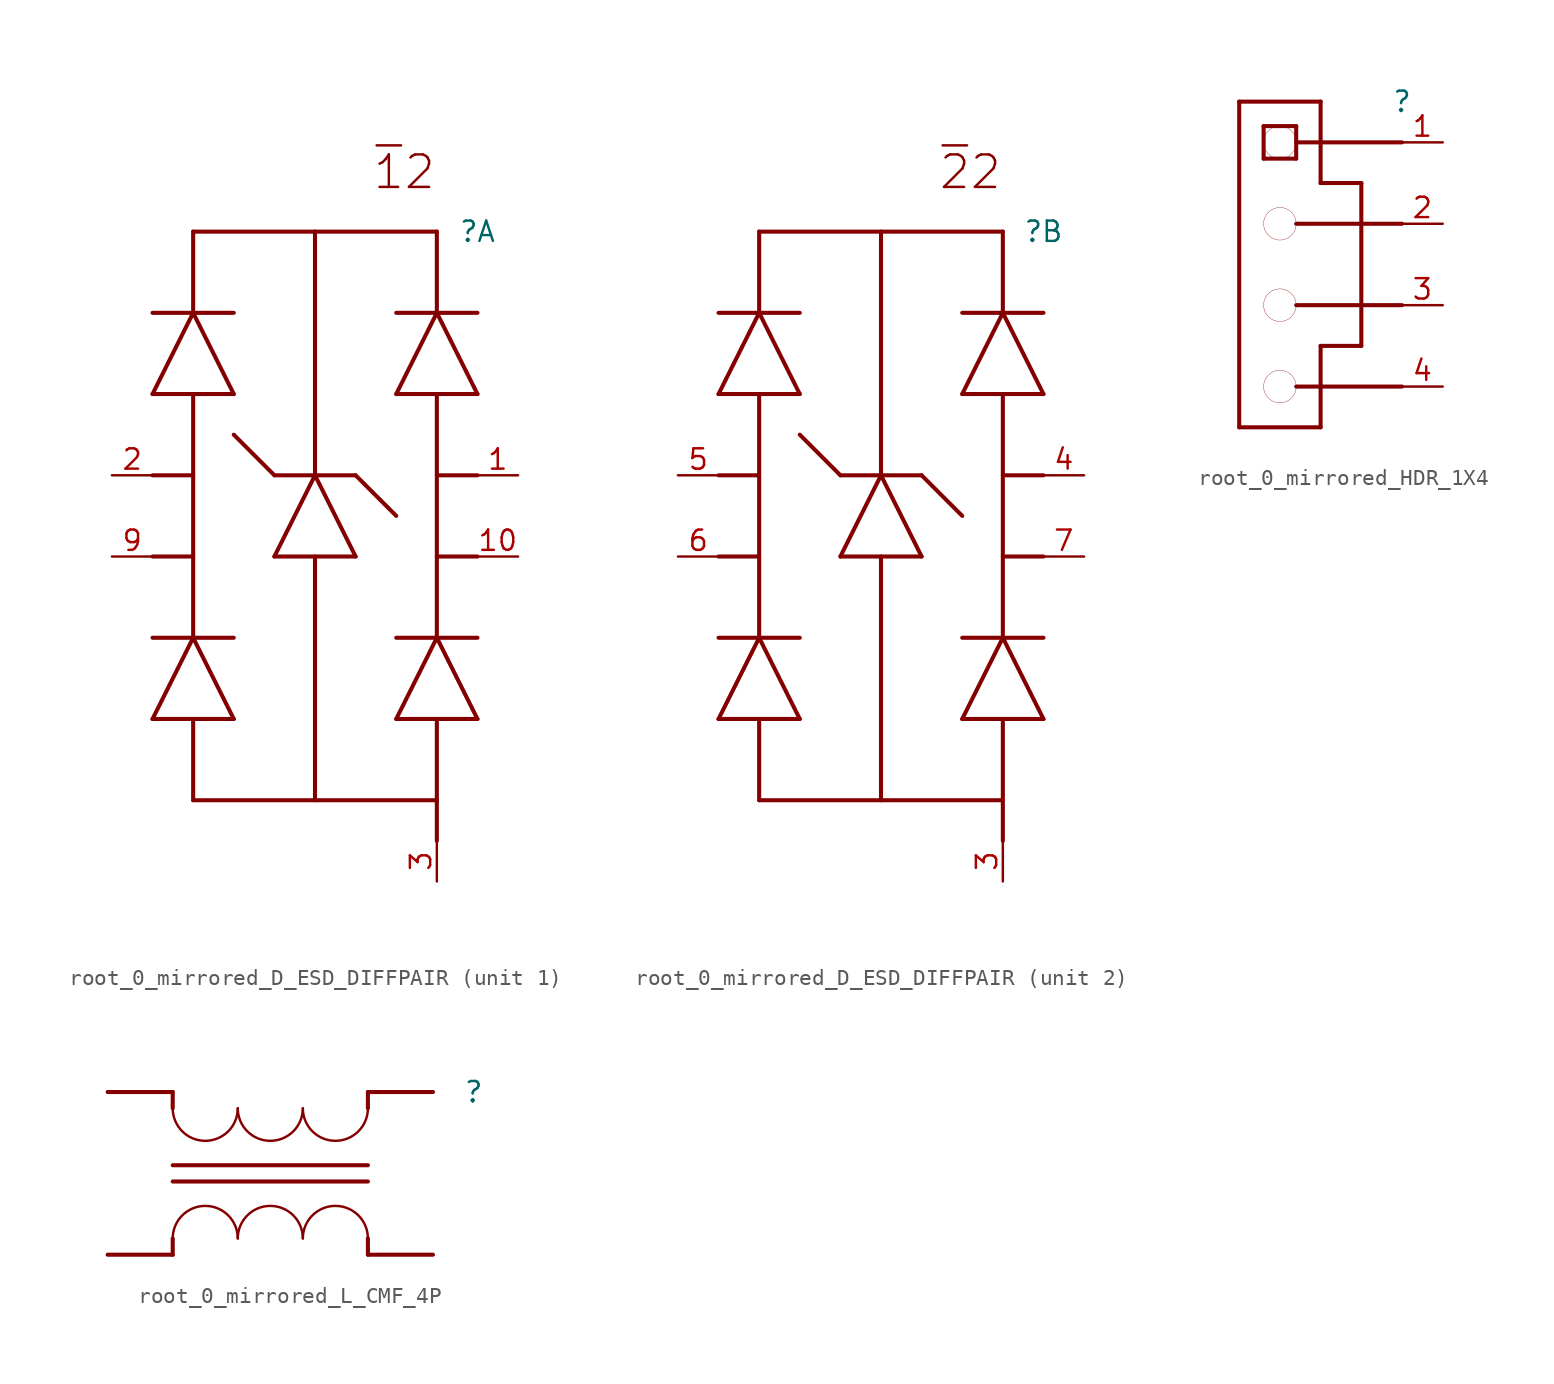
<source format=kicad_sym>
(kicad_symbol_lib
  (version 20220914)
  (generator kicad_symbol_editor)
  (symbol "root_0_mirrored_D_ESD_DIFFPAIR"
    (property "Reference" ""
      (at 0 0 0)
      (effects (font (size 1.27 1.27))))
    (property "Value" ""
      (at 0 0 0)
      (effects (font (size 1.27 1.27))))
    (symbol "root_0_mirrored_D_ESD_DIFFPAIR_1_0"
      (polyline (pts (xy -20.32 -30.48) (xy -17.78 -25.4)) (stroke (width 0.254) (type solid)) (fill (type none)))
      (polyline (pts (xy -20.32 -30.48) (xy -15.24 -30.48)) (stroke (width 0.254) (type solid)) (fill (type none)))
      (polyline (pts (xy -20.32 -10.16) (xy -17.78 -5.08)) (stroke (width 0.254) (type solid)) (fill (type none)))
      (polyline (pts (xy -20.32 -10.16) (xy -15.24 -10.16)) (stroke (width 0.254) (type solid)) (fill (type none)))
      (polyline (pts (xy -17.78 -35.56) (xy -17.78 -30.48)) (stroke (width 0.254) (type solid)) (fill (type none)))
      (polyline (pts (xy -17.78 -25.4) (xy -17.78 -10.16)) (stroke (width 0.254) (type solid)) (fill (type none)))
      (polyline (pts (xy -17.78 -25.4) (xy -15.24 -30.48)) (stroke (width 0.254) (type solid)) (fill (type none)))
      (polyline (pts (xy -17.78 -20.32) (xy -20.32 -20.32)) (stroke (width 0.254) (type solid)) (fill (type none)))
      (polyline (pts (xy -17.78 -15.24) (xy -20.32 -15.24)) (stroke (width 0.254) (type solid)) (fill (type none)))
      (polyline (pts (xy -17.78 -5.08) (xy -17.78 0)) (stroke (width 0.254) (type solid)) (fill (type none)))
      (polyline (pts (xy -17.78 -5.08) (xy -15.24 -10.16)) (stroke (width 0.254) (type solid)) (fill (type none)))
      (polyline (pts (xy -17.78 0) (xy -2.54 0)) (stroke (width 0.254) (type solid)) (fill (type none)))
      (polyline (pts (xy -15.24 -25.4) (xy -20.32 -25.4)) (stroke (width 0.254) (type solid)) (fill (type none)))
      (polyline (pts (xy -15.24 -5.08) (xy -20.32 -5.08)) (stroke (width 0.254) (type solid)) (fill (type none)))
      (polyline (pts (xy -12.7 -20.32) (xy -10.16 -15.24)) (stroke (width 0.254) (type solid)) (fill (type none)))
      (polyline (pts (xy -12.7 -15.24) (xy -15.24 -12.7)) (stroke (width 0.254) (type solid)) (fill (type none)))
      (polyline (pts (xy -10.16 -20.32) (xy -10.16 -35.56)) (stroke (width 0.254) (type solid)) (fill (type none)))
      (polyline (pts (xy -10.16 -15.24) (xy -7.62 -20.32)) (stroke (width 0.254) (type solid)) (fill (type none)))
      (polyline (pts (xy -10.16 0) (xy -10.16 -15.24)) (stroke (width 0.254) (type solid)) (fill (type none)))
      (polyline (pts (xy -7.62 -20.32) (xy -12.7 -20.32)) (stroke (width 0.254) (type solid)) (fill (type none)))
      (polyline (pts (xy -7.62 -15.24) (xy -12.7 -15.24)) (stroke (width 0.254) (type solid)) (fill (type none)))
      (polyline (pts (xy -7.62 -15.24) (xy -5.08 -17.78)) (stroke (width 0.254) (type solid)) (fill (type none)))
      (polyline (pts (xy -5.08 -30.48) (xy -2.54 -25.4)) (stroke (width 0.254) (type solid)) (fill (type none)))
      (polyline (pts (xy -5.08 -25.4) (xy 0 -25.4)) (stroke (width 0.254) (type solid)) (fill (type none)))
      (polyline (pts (xy -5.08 -10.16) (xy -2.54 -5.08)) (stroke (width 0.254) (type solid)) (fill (type none)))
      (polyline (pts (xy -5.08 -10.16) (xy 0 -10.16)) (stroke (width 0.254) (type solid)) (fill (type none)))
      (polyline (pts (xy -2.54 -35.56) (xy -17.78 -35.56)) (stroke (width 0.254) (type solid)) (fill (type none)))
      (polyline (pts (xy -2.54 -30.48) (xy -2.54 -38.1)) (stroke (width 0.254) (type solid)) (fill (type none)))
      (polyline (pts (xy -2.54 -25.4) (xy -2.54 -10.16)) (stroke (width 0.254) (type solid)) (fill (type none)))
      (polyline (pts (xy -2.54 -25.4) (xy 0 -30.48)) (stroke (width 0.254) (type solid)) (fill (type none)))
      (polyline (pts (xy -2.54 -5.08) (xy -2.54 0)) (stroke (width 0.254) (type solid)) (fill (type none)))
      (polyline (pts (xy -2.54 -5.08) (xy 0 -10.16)) (stroke (width 0.254) (type solid)) (fill (type none)))
      (polyline (pts (xy 0 -30.48) (xy -5.08 -30.48)) (stroke (width 0.254) (type solid)) (fill (type none)))
      (polyline (pts (xy 0 -20.32) (xy -2.54 -20.32)) (stroke (width 0.254) (type solid)) (fill (type none)))
      (polyline (pts (xy 0 -15.24) (xy -2.54 -15.24)) (stroke (width 0.254) (type solid)) (fill (type none)))
      (polyline (pts (xy 0 -5.08) (xy -5.08 -5.08)) (stroke (width 0.254) (type solid)) (fill (type none)))
      (text "~{1}2" (at -2.54 2.54 0) (effects (font (size 2.032 2.032)) (justify right bottom)))
      (pin bidirectional line (at 2.54 -15.24 180) (length 2.54) (name "1A" (effects (font (size 0 0)))) (number "1" (effects (font (size 1.27 1.27)))))
      (pin bidirectional line (at 2.54 -20.32 180) (length 2.54) (name "1B" (effects (font (size 0 0)))) (number "10" (effects (font (size 1.27 1.27)))))
      (pin bidirectional line (at -22.86 -15.24 0) (length 2.54) (name "2A" (effects (font (size 0 0)))) (number "2" (effects (font (size 1.27 1.27)))))
      (pin input line (at -2.54 -40.64 90) (length 2.54) (name "GND1" (effects (font (size 0 0)))) (number "3" (effects (font (size 1.27 1.27)))))
      (pin bidirectional line (at -22.86 -20.32 0) (length 2.54) (name "2B" (effects (font (size 0 0)))) (number "9" (effects (font (size 1.27 1.27))))))
    (symbol "root_0_mirrored_D_ESD_DIFFPAIR_2_0"
      (polyline (pts (xy -20.32 -30.48) (xy -17.78 -25.4)) (stroke (width 0.254) (type solid)) (fill (type none)))
      (polyline (pts (xy -20.32 -10.16) (xy -17.78 -5.08)) (stroke (width 0.254) (type solid)) (fill (type none)))
      (polyline (pts (xy -20.32 -10.16) (xy -15.24 -10.16)) (stroke (width 0.254) (type solid)) (fill (type none)))
      (polyline (pts (xy -17.78 -35.56) (xy -17.78 -30.48)) (stroke (width 0.254) (type solid)) (fill (type none)))
      (polyline (pts (xy -17.78 -35.56) (xy -2.54 -35.56)) (stroke (width 0.254) (type solid)) (fill (type none)))
      (polyline (pts (xy -17.78 -25.4) (xy -17.78 -10.16)) (stroke (width 0.254) (type solid)) (fill (type none)))
      (polyline (pts (xy -17.78 -25.4) (xy -15.24 -30.48)) (stroke (width 0.254) (type solid)) (fill (type none)))
      (polyline (pts (xy -17.78 -20.32) (xy -20.32 -20.32)) (stroke (width 0.254) (type solid)) (fill (type none)))
      (polyline (pts (xy -17.78 -15.24) (xy -20.32 -15.24)) (stroke (width 0.254) (type solid)) (fill (type none)))
      (polyline (pts (xy -17.78 -5.08) (xy -17.78 0)) (stroke (width 0.254) (type solid)) (fill (type none)))
      (polyline (pts (xy -17.78 -5.08) (xy -15.24 -10.16)) (stroke (width 0.254) (type solid)) (fill (type none)))
      (polyline (pts (xy -15.24 -30.48) (xy -20.32 -30.48)) (stroke (width 0.254) (type solid)) (fill (type none)))
      (polyline (pts (xy -15.24 -25.4) (xy -20.32 -25.4)) (stroke (width 0.254) (type solid)) (fill (type none)))
      (polyline (pts (xy -15.24 -5.08) (xy -20.32 -5.08)) (stroke (width 0.254) (type solid)) (fill (type none)))
      (polyline (pts (xy -12.7 -20.32) (xy -10.16 -15.24)) (stroke (width 0.254) (type solid)) (fill (type none)))
      (polyline (pts (xy -12.7 -20.32) (xy -7.62 -20.32)) (stroke (width 0.254) (type solid)) (fill (type none)))
      (polyline (pts (xy -12.7 -15.24) (xy -15.24 -12.7)) (stroke (width 0.254) (type solid)) (fill (type none)))
      (polyline (pts (xy -12.7 -15.24) (xy -7.62 -15.24)) (stroke (width 0.254) (type solid)) (fill (type none)))
      (polyline (pts (xy -10.16 -20.32) (xy -10.16 -35.56)) (stroke (width 0.254) (type solid)) (fill (type none)))
      (polyline (pts (xy -10.16 -15.24) (xy -7.62 -20.32)) (stroke (width 0.254) (type solid)) (fill (type none)))
      (polyline (pts (xy -10.16 0) (xy -10.16 -15.24)) (stroke (width 0.254) (type solid)) (fill (type none)))
      (polyline (pts (xy -7.62 -15.24) (xy -5.08 -17.78)) (stroke (width 0.254) (type solid)) (fill (type none)))
      (polyline (pts (xy -5.08 -30.48) (xy -2.54 -25.4)) (stroke (width 0.254) (type solid)) (fill (type none)))
      (polyline (pts (xy -5.08 -25.4) (xy 0 -25.4)) (stroke (width 0.254) (type solid)) (fill (type none)))
      (polyline (pts (xy -5.08 -10.16) (xy -2.54 -5.08)) (stroke (width 0.254) (type solid)) (fill (type none)))
      (polyline (pts (xy -5.08 -10.16) (xy 0 -10.16)) (stroke (width 0.254) (type solid)) (fill (type none)))
      (polyline (pts (xy -2.54 -30.48) (xy -2.54 -38.1)) (stroke (width 0.254) (type solid)) (fill (type none)))
      (polyline (pts (xy -2.54 -25.4) (xy -2.54 -10.16)) (stroke (width 0.254) (type solid)) (fill (type none)))
      (polyline (pts (xy -2.54 -25.4) (xy 0 -30.48)) (stroke (width 0.254) (type solid)) (fill (type none)))
      (polyline (pts (xy -2.54 -5.08) (xy -2.54 0)) (stroke (width 0.254) (type solid)) (fill (type none)))
      (polyline (pts (xy -2.54 -5.08) (xy 0 -10.16)) (stroke (width 0.254) (type solid)) (fill (type none)))
      (polyline (pts (xy -2.54 0) (xy -17.78 0)) (stroke (width 0.254) (type solid)) (fill (type none)))
      (polyline (pts (xy 0 -30.48) (xy -5.08 -30.48)) (stroke (width 0.254) (type solid)) (fill (type none)))
      (polyline (pts (xy 0 -20.32) (xy -2.54 -20.32)) (stroke (width 0.254) (type solid)) (fill (type none)))
      (polyline (pts (xy 0 -15.24) (xy -2.54 -15.24)) (stroke (width 0.254) (type solid)) (fill (type none)))
      (polyline (pts (xy 0 -5.08) (xy -5.08 -5.08)) (stroke (width 0.254) (type solid)) (fill (type none)))
      (text "~{2}2" (at -2.54 2.54 0) (effects (font (size 2.032 2.032)) (justify right bottom)))
      (pin input line (at -2.54 -40.64 90) (length 2.54) (name "GND1" (effects (font (size 0 0)))) (number "3" (effects (font (size 1.27 1.27)))))
      (pin bidirectional line (at 2.54 -15.24 180) (length 2.54) (name "3A" (effects (font (size 0 0)))) (number "4" (effects (font (size 1.27 1.27)))))
      (pin bidirectional line (at -22.86 -15.24 0) (length 2.54) (name "4A" (effects (font (size 0 0)))) (number "5" (effects (font (size 1.27 1.27)))))
      (pin bidirectional line (at -22.86 -20.32 0) (length 2.54) (name "4B" (effects (font (size 0 0)))) (number "6" (effects (font (size 1.27 1.27)))))
      (pin bidirectional line (at 2.54 -20.32 180) (length 2.54) (name "3B" (effects (font (size 0 0)))) (number "7" (effects (font (size 1.27 1.27)))))))
  (symbol "root_0_mirrored_HDR_1X4"
    (property "Reference" ""
      (at 0 0 0)
      (effects (font (size 1.27 1.27))))
    (property "Value" ""
      (at 0 0 0)
      (effects (font (size 1.27 1.27))))
    (symbol "root_0_mirrored_HDR_1X4_1_0"
      (circle (center -7.62 -17.78) (radius 1.016) (stroke (width 0.0001) (type solid)) (fill (type none)))
      (circle (center -7.62 -12.7) (radius 1.016) (stroke (width 0.0001) (type solid)) (fill (type none)))
      (circle (center -7.62 -7.62) (radius 1.016) (stroke (width 0.0001) (type solid)) (fill (type none)))
      (circle (center -7.62 -2.54) (radius 1.016) (stroke (width 0.0001) (type solid)) (fill (type none)))
      (polyline (pts (xy -10.16 -20.32) (xy -10.16 0)) (stroke (width 0.254) (type solid)) (fill (type none)))
      (polyline (pts (xy -10.16 0) (xy -5.08 0)) (stroke (width 0.254) (type solid)) (fill (type none)))
      (polyline (pts (xy -8.636 -3.556) (xy -8.636 -1.524)) (stroke (width 0.254) (type solid)) (fill (type none)))
      (polyline (pts (xy -8.636 -1.524) (xy -6.604 -1.524)) (stroke (width 0.254) (type solid)) (fill (type none)))
      (polyline (pts (xy -6.604 -3.556) (xy -8.636 -3.556)) (stroke (width 0.254) (type solid)) (fill (type none)))
      (polyline (pts (xy -6.604 -1.524) (xy -6.604 -3.556)) (stroke (width 0.254) (type solid)) (fill (type none)))
      (polyline (pts (xy -5.08 -20.32) (xy -10.16 -20.32)) (stroke (width 0.254) (type solid)) (fill (type none)))
      (polyline (pts (xy -5.08 -15.24) (xy -5.08 -20.32)) (stroke (width 0.254) (type solid)) (fill (type none)))
      (polyline (pts (xy -5.08 -5.08) (xy -2.54 -5.08)) (stroke (width 0.254) (type solid)) (fill (type none)))
      (polyline (pts (xy -5.08 0) (xy -5.08 -5.08)) (stroke (width 0.254) (type solid)) (fill (type none)))
      (polyline (pts (xy -2.54 -15.24) (xy -5.08 -15.24)) (stroke (width 0.254) (type solid)) (fill (type none)))
      (polyline (pts (xy -2.54 -5.08) (xy -2.54 -15.24)) (stroke (width 0.254) (type solid)) (fill (type none)))
      (polyline (pts (xy 0 -17.78) (xy -6.604 -17.78)) (stroke (width 0.254) (type solid)) (fill (type none)))
      (polyline (pts (xy 0 -12.7) (xy -6.604 -12.7)) (stroke (width 0.254) (type solid)) (fill (type none)))
      (polyline (pts (xy 0 -7.62) (xy -6.604 -7.62)) (stroke (width 0.254) (type solid)) (fill (type none)))
      (polyline (pts (xy 0 -2.54) (xy -6.604 -2.54)) (stroke (width 0.254) (type solid)) (fill (type none)))
      (pin bidirectional line (at 2.54 -2.54 180) (length 2.54) (name "1" (effects (font (size 0 0)))) (number "1" (effects (font (size 1.27 1.27)))))
      (pin bidirectional line (at 2.54 -7.62 180) (length 2.54) (name "2" (effects (font (size 0 0)))) (number "2" (effects (font (size 1.27 1.27)))))
      (pin bidirectional line (at 2.54 -12.7 180) (length 2.54) (name "3" (effects (font (size 0 0)))) (number "3" (effects (font (size 1.27 1.27)))))
      (pin bidirectional line (at 2.54 -17.78 180) (length 2.54) (name "4" (effects (font (size 0 0)))) (number "4" (effects (font (size 1.27 1.27)))))))
  (symbol "root_0_mirrored_L_CMF_4P"
    (property "Reference" ""
      (at 0 0 0)
      (effects (font (size 1.27 1.27))))
    (property "Value" ""
      (at 0 0 0)
      (effects (font (size 1.27 1.27))))
    (symbol "root_0_mirrored_L_CMF_4P_1_0"
      (arc (start -18.796 -1.016) (mid -16.764 -3.0392) (end -14.732 -1.016) (stroke (width 0) (type solid)) (fill (type none)))
      (arc (start -14.732 -9.144) (mid -16.764 -7.1208) (end -18.796 -9.144) (stroke (width 0) (type solid)) (fill (type none)))
      (arc (start -14.732 -1.016) (mid -12.7 -3.0392) (end -10.668 -1.016) (stroke (width 0) (type solid)) (fill (type none)))
      (arc (start -10.668 -9.144) (mid -12.7 -7.1208) (end -14.732 -9.144) (stroke (width 0) (type solid)) (fill (type none)))
      (arc (start -10.668 -1.016) (mid -8.636 -3.0392) (end -6.604 -1.016) (stroke (width 0) (type solid)) (fill (type none)))
      (arc (start -6.604 -9.144) (mid -8.636 -7.1208) (end -10.668 -9.144) (stroke (width 0) (type solid)) (fill (type none)))
      (polyline (pts (xy -18.796 -10.16) (xy -22.86 -10.16)) (stroke (width 0.254) (type solid)) (fill (type none)))
      (polyline (pts (xy -18.796 -10.16) (xy -18.796 -9.144)) (stroke (width 0.254) (type solid)) (fill (type none)))
      (polyline (pts (xy -18.796 0) (xy -22.86 0)) (stroke (width 0.254) (type solid)) (fill (type none)))
      (polyline (pts (xy -18.796 0) (xy -18.796 -1.016)) (stroke (width 0.254) (type solid)) (fill (type none)))
      (polyline (pts (xy -6.604 -10.16) (xy -6.604 -9.144)) (stroke (width 0.254) (type solid)) (fill (type none)))
      (polyline (pts (xy -6.604 -10.16) (xy -2.54 -10.16)) (stroke (width 0.254) (type solid)) (fill (type none)))
      (polyline (pts (xy -6.604 -5.588) (xy -18.796 -5.588)) (stroke (width 0.254) (type solid)) (fill (type none)))
      (polyline (pts (xy -6.604 -4.572) (xy -18.796 -4.572)) (stroke (width 0.254) (type solid)) (fill (type none)))
      (polyline (pts (xy -6.604 0) (xy -6.604 -1.016)) (stroke (width 0.254) (type solid)) (fill (type none)))
      (polyline (pts (xy -6.604 0) (xy -2.54 0)) (stroke (width 0.254) (type solid)) (fill (type none)))
      (pin bidirectional line (at -2.54 0 90) (length 0) (name "1" (effects (font (size 0 0)))) (number "1" (effects (font (size 0 0)))))
      (pin bidirectional line (at -2.54 -10.16 0) (length 0) (name "2" (effects (font (size 0 0)))) (number "2" (effects (font (size 0 0)))))
      (pin bidirectional line (at -22.86 -10.16 270) (length 0) (name "3" (effects (font (size 0 0)))) (number "3" (effects (font (size 0 0)))))
      (pin bidirectional line (at -22.86 0 270) (length 0) (name "4" (effects (font (size 0 0)))) (number "4" (effects (font (size 0 0))))))))
</source>
